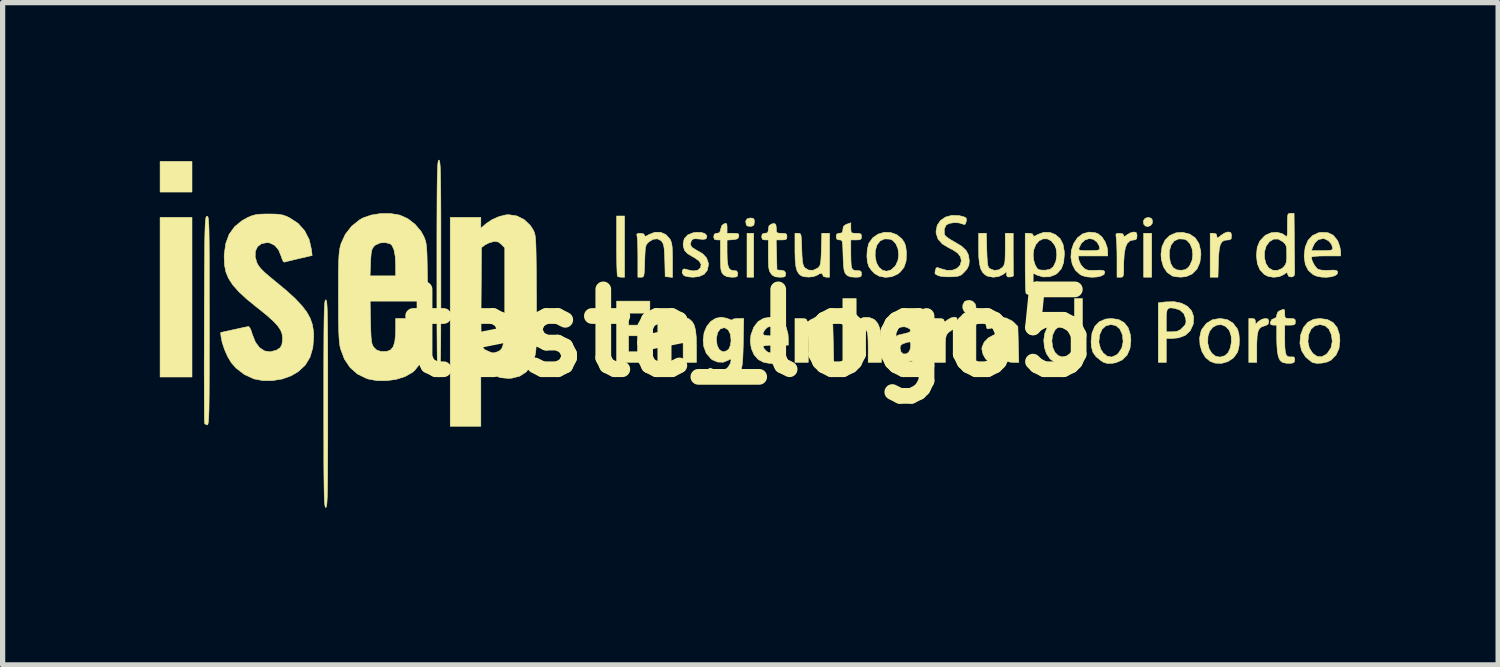
<source format=kicad_pcb>
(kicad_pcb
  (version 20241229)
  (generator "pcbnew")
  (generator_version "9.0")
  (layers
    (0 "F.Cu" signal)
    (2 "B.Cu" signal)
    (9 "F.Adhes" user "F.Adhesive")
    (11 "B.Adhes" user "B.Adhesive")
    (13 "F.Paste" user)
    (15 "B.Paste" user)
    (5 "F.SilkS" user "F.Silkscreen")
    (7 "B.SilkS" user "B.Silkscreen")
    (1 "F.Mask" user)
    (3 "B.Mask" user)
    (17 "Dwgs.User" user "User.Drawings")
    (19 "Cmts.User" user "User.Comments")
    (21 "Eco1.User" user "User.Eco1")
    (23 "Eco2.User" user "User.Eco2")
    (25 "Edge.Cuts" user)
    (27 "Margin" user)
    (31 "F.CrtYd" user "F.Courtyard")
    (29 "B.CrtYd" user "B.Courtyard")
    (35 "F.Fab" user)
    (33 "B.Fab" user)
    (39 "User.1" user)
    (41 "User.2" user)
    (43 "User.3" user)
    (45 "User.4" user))
  (footprint "teste_logo5"
    (layer "F.Cu")
    (at 11.257 3.307)
    (property "Reference" "teste_logo5" (at 0 0 0) (layer "F.SilkS") (effects (font (size 1.524 1.524) (thickness 0.3))))
    (attr through_hole)
    (fp_poly (pts (xy -10.643 -2.692) (xy -11.252 -2.692) (xy -11.252 -3.277) (xy -10.643 -3.277) (xy -10.643 -2.692)) (stroke (width 0.01) (type solid)) (fill yes) (layer "F.SilkS"))
    (fp_poly (pts (xy -10.643 0.838) (xy -11.252 0.838) (xy -11.252 -2.21) (xy -10.643 -2.21) (xy -10.643 0.838)) (stroke (width 0.01) (type solid)) (fill yes) (layer "F.SilkS"))
    (fp_poly (pts (xy 0.076 -1.067) (xy -0.051 -1.067) (xy -0.051 -1.905) (xy 0.076 -1.905) (xy 0.076 -1.067)) (stroke (width 0.01) (type solid)) (fill yes) (layer "F.SilkS"))
    (fp_poly (pts (xy 4.318 0.559) (xy 4.064 0.559) (xy 4.064 -0.279) (xy 4.318 -0.279) (xy 4.318 0.559)) (stroke (width 0.01) (type solid)) (fill yes) (layer "F.SilkS"))
    (fp_poly (pts (xy 7.671 -1.067) (xy 7.518 -1.067) (xy 7.518 -1.905) (xy 7.671 -1.905) (xy 7.671 -1.067)) (stroke (width 0.01) (type solid)) (fill yes) (layer "F.SilkS"))
    (fp_poly (pts (xy 0.067 -2.191) (xy 0.087 -2.161) (xy 0.089 -2.121) (xy 0.081 -2.065) (xy 0.048 -2.042) (xy 0.019 -2.037) (xy -0.043 -2.043) (xy -0.066 -2.067) (xy -0.076 -2.139) (xy -0.045 -2.184) (xy 0.013 -2.197) (xy 0.067 -2.191)) (stroke (width 0.01) (type solid)) (fill yes) (layer "F.SilkS"))
    (fp_poly (pts (xy 7.664 -2.19) (xy 7.684 -2.158) (xy 7.684 -2.098) (xy 7.652 -2.054) (xy 7.602 -2.033) (xy 7.552 -2.044) (xy 7.521 -2.077) (xy 7.512 -2.139) (xy 7.543 -2.188) (xy 7.603 -2.21) (xy 7.607 -2.21) (xy 7.664 -2.19)) (stroke (width 0.01) (type solid)) (fill yes) (layer "F.SilkS"))
    (fp_poly (pts (xy -2.388 -1.067) (xy -2.447 -1.067) (xy -2.5 -1.073) (xy -2.523 -1.084) (xy -2.528 -1.113) (xy -2.532 -1.186) (xy -2.536 -1.294) (xy -2.538 -1.431) (xy -2.54 -1.588) (xy -2.54 -1.668) (xy -2.54 -2.235) (xy -2.388 -2.235) (xy -2.388 -1.067)) (stroke (width 0.01) (type solid)) (fill yes) (layer "F.SilkS"))
    (fp_poly (pts (xy -1.905 -0.381) (xy -2.311 -0.381) (xy -2.311 -0.152) (xy -1.93 -0.152) (xy -1.93 0.051) (xy -2.311 0.051) (xy -2.311 0.356) (xy -1.88 0.356) (xy -1.88 0.559) (xy -2.54 0.559) (xy -2.54 -0.61) (xy -1.905 -0.61) (xy -1.905 -0.381)) (stroke (width 0.01) (type solid)) (fill yes) (layer "F.SilkS"))
    (fp_poly (pts (xy 4.256 -0.607) (xy 4.302 -0.56) (xy 4.32 -0.497) (xy 4.3 -0.434) (xy 4.254 -0.4) (xy 4.185 -0.386) (xy 4.12 -0.395) (xy 4.096 -0.41) (xy 4.067 -0.469) (xy 4.068 -0.539) (xy 4.098 -0.597) (xy 4.117 -0.611) (xy 4.19 -0.628) (xy 4.256 -0.607)) (stroke (width 0.01) (type solid)) (fill yes) (layer "F.SilkS"))
    (fp_poly (pts (xy 9.638 -0.268) (xy 9.652 -0.227) (xy 9.652 -0.224) (xy 9.652 -0.169) (xy 9.711 -0.224) (xy 9.775 -0.264) (xy 9.838 -0.279) (xy 9.889 -0.27) (xy 9.905 -0.234) (xy 9.906 -0.218) (xy 9.893 -0.17) (xy 9.847 -0.144) (xy 9.83 -0.14) (xy 9.77 -0.12) (xy 9.727 -0.085) (xy 9.7 -0.027) (xy 9.684 0.062) (xy 9.678 0.188) (xy 9.677 0.272) (xy 9.677 0.559) (xy 9.525 0.559) (xy 9.525 -0.279) (xy 9.588 -0.279) (xy 9.638 -0.268)) (stroke (width 0.01) (type solid)) (fill yes) (layer "F.SilkS"))
    (fp_poly (pts (xy 9.177 -1.922) (xy 9.193 -1.886) (xy 9.195 -1.854) (xy 9.188 -1.8) (xy 9.159 -1.78) (xy 9.123 -1.778) (xy 9.059 -1.77) (xy 9.013 -1.742) (xy 8.981 -1.688) (xy 8.961 -1.6) (xy 8.949 -1.472) (xy 8.945 -1.369) (xy 8.937 -1.067) (xy 8.788 -1.067) (xy 8.788 -1.905) (xy 8.852 -1.905) (xy 8.901 -1.893) (xy 8.915 -1.852) (xy 8.915 -1.852) (xy 8.918 -1.82) (xy 8.933 -1.818) (xy 8.972 -1.846) (xy 8.994 -1.865) (xy 9.06 -1.908) (xy 9.123 -1.93) (xy 9.133 -1.93) (xy 9.177 -1.922)) (stroke (width 0.01) (type solid)) (fill yes) (layer "F.SilkS"))
    (fp_poly (pts (xy 3.939 -0.3) (xy 3.957 -0.275) (xy 3.962 -0.217) (xy 3.962 -0.191) (xy 3.959 -0.119) (xy 3.945 -0.085) (xy 3.915 -0.076) (xy 3.91 -0.076) (xy 3.857 -0.059) (xy 3.8 -0.017) (xy 3.796 -0.014) (xy 3.768 0.018) (xy 3.749 0.054) (xy 3.739 0.105) (xy 3.735 0.183) (xy 3.734 0.299) (xy 3.734 0.559) (xy 3.48 0.559) (xy 3.48 -0.279) (xy 3.594 -0.279) (xy 3.668 -0.275) (xy 3.703 -0.259) (xy 3.708 -0.239) (xy 3.715 -0.217) (xy 3.741 -0.227) (xy 3.775 -0.252) (xy 3.84 -0.289) (xy 3.902 -0.305) (xy 3.939 -0.3)) (stroke (width 0.01) (type solid)) (fill yes) (layer "F.SilkS"))
    (fp_poly (pts (xy 1.468 -0.259) (xy 1.505 -0.231) (xy 1.587 -0.157) (xy 1.596 0.201) (xy 1.604 0.559) (xy 1.346 0.559) (xy 1.346 0.259) (xy 1.344 0.115) (xy 1.337 0.014) (xy 1.323 -0.05) (xy 1.299 -0.086) (xy 1.264 -0.1) (xy 1.243 -0.102) (xy 1.193 -0.091) (xy 1.157 -0.056) (xy 1.134 0.009) (xy 1.122 0.113) (xy 1.118 0.259) (xy 1.118 0.275) (xy 1.118 0.559) (xy 0.864 0.559) (xy 0.864 -0.279) (xy 0.978 -0.279) (xy 1.052 -0.275) (xy 1.086 -0.259) (xy 1.092 -0.239) (xy 1.099 -0.217) (xy 1.125 -0.227) (xy 1.159 -0.252) (xy 1.257 -0.299) (xy 1.364 -0.301) (xy 1.468 -0.259)) (stroke (width 0.01) (type solid)) (fill yes) (layer "F.SilkS"))
    (fp_poly (pts (xy 2.032 -0.226) (xy 2.088 -0.265) (xy 2.18 -0.301) (xy 2.282 -0.299) (xy 2.374 -0.261) (xy 2.395 -0.244) (xy 2.444 -0.184) (xy 2.479 -0.103) (xy 2.501 0.005) (xy 2.512 0.15) (xy 2.514 0.286) (xy 2.515 0.559) (xy 2.261 0.559) (xy 2.261 0.269) (xy 2.259 0.134) (xy 2.254 0.042) (xy 2.244 -0.017) (xy 2.228 -0.053) (xy 2.221 -0.062) (xy 2.172 -0.097) (xy 2.12 -0.093) (xy 2.081 -0.075) (xy 2.06 -0.06) (xy 2.046 -0.033) (xy 2.038 0.014) (xy 2.033 0.09) (xy 2.032 0.204) (xy 2.032 0.255) (xy 2.032 0.559) (xy 1.778 0.559) (xy 1.778 -0.66) (xy 2.032 -0.66) (xy 2.032 -0.226)) (stroke (width 0.01) (type solid)) (fill yes) (layer "F.SilkS"))
    (fp_poly (pts (xy -1.164 -0.275) (xy -1.146 -0.263) (xy -1.094 -0.215) (xy -1.058 -0.15) (xy -1.034 -0.058) (xy -1.02 0.067) (xy -1.016 0.234) (xy -1.016 0.253) (xy -1.016 0.559) (xy -1.27 0.559) (xy -1.27 0.259) (xy -1.272 0.115) (xy -1.279 0.014) (xy -1.293 -0.05) (xy -1.317 -0.086) (xy -1.352 -0.1) (xy -1.373 -0.102) (xy -1.423 -0.091) (xy -1.459 -0.056) (xy -1.482 0.009) (xy -1.494 0.113) (xy -1.499 0.259) (xy -1.499 0.275) (xy -1.499 0.559) (xy -1.753 0.559) (xy -1.753 -0.279) (xy -1.656 -0.279) (xy -1.586 -0.272) (xy -1.536 -0.255) (xy -1.531 -0.251) (xy -1.496 -0.238) (xy -1.444 -0.264) (xy -1.358 -0.297) (xy -1.257 -0.301) (xy -1.164 -0.275)) (stroke (width 0.01) (type solid)) (fill yes) (layer "F.SilkS"))
    (fp_poly (pts (xy 7.374 -1.921) (xy 7.39 -1.885) (xy 7.391 -1.854) (xy 7.385 -1.8) (xy 7.355 -1.78) (xy 7.329 -1.778) (xy 7.259 -1.763) (xy 7.207 -1.716) (xy 7.17 -1.633) (xy 7.148 -1.51) (xy 7.138 -1.343) (xy 7.138 -1.276) (xy 7.137 -1.174) (xy 7.133 -1.112) (xy 7.122 -1.08) (xy 7.103 -1.068) (xy 7.074 -1.067) (xy 7.01 -1.067) (xy 7.01 -1.407) (xy 7.009 -1.54) (xy 7.006 -1.662) (xy 7.001 -1.76) (xy 6.995 -1.821) (xy 6.995 -1.826) (xy 6.988 -1.88) (xy 7.006 -1.902) (xy 7.058 -1.905) (xy 7.119 -1.895) (xy 7.137 -1.865) (xy 7.144 -1.843) (xy 7.17 -1.853) (xy 7.204 -1.878) (xy 7.269 -1.915) (xy 7.331 -1.93) (xy 7.374 -1.921)) (stroke (width 0.01) (type solid)) (fill yes) (layer "F.SilkS"))
    (fp_poly (pts (xy 8.243 -0.57) (xy 8.355 -0.511) (xy 8.433 -0.425) (xy 8.472 -0.317) (xy 8.467 -0.188) (xy 8.46 -0.159) (xy 8.405 -0.042) (xy 8.313 0.042) (xy 8.186 0.09) (xy 8.063 0.102) (xy 7.95 0.102) (xy 7.95 0.559) (xy 7.798 0.559) (xy 7.798 -0.242) (xy 7.95 -0.242) (xy 7.95 -0.025) (xy 8.066 -0.025) (xy 8.151 -0.033) (xy 8.214 -0.062) (xy 8.26 -0.103) (xy 8.31 -0.16) (xy 8.327 -0.211) (xy 8.322 -0.274) (xy 8.285 -0.374) (xy 8.208 -0.441) (xy 8.114 -0.472) (xy 8.04 -0.482) (xy 7.993 -0.474) (xy 7.966 -0.44) (xy 7.953 -0.372) (xy 7.95 -0.263) (xy 7.95 -0.242) (xy 7.798 -0.242) (xy 7.798 -0.578) (xy 7.931 -0.595) (xy 8.1 -0.6) (xy 8.243 -0.57)) (stroke (width 0.01) (type solid)) (fill yes) (layer "F.SilkS"))
    (fp_poly (pts (xy 0.95 -1.903) (xy 0.968 -1.893) (xy 0.979 -1.865) (xy 0.986 -1.81) (xy 0.99 -1.722) (xy 0.994 -1.603) (xy 0.999 -1.469) (xy 1.007 -1.375) (xy 1.018 -1.313) (xy 1.034 -1.272) (xy 1.052 -1.247) (xy 1.123 -1.203) (xy 1.209 -1.199) (xy 1.293 -1.238) (xy 1.299 -1.242) (xy 1.324 -1.266) (xy 1.342 -1.296) (xy 1.353 -1.341) (xy 1.36 -1.411) (xy 1.365 -1.517) (xy 1.367 -1.598) (xy 1.376 -1.905) (xy 1.524 -1.905) (xy 1.524 -1.067) (xy 1.46 -1.067) (xy 1.409 -1.08) (xy 1.397 -1.105) (xy 1.38 -1.138) (xy 1.336 -1.135) (xy 1.284 -1.104) (xy 1.22 -1.079) (xy 1.132 -1.069) (xy 1.043 -1.075) (xy 0.984 -1.094) (xy 0.937 -1.133) (xy 0.903 -1.19) (xy 0.881 -1.273) (xy 0.868 -1.39) (xy 0.864 -1.548) (xy 0.864 -1.586) (xy 0.864 -1.905) (xy 0.924 -1.905) (xy 0.95 -1.903)) (stroke (width 0.01) (type solid)) (fill yes) (layer "F.SilkS"))
    (fp_poly (pts (xy 4.525 -1.585) (xy 4.53 -1.45) (xy 4.536 -1.357) (xy 4.544 -1.296) (xy 4.557 -1.259) (xy 4.576 -1.236) (xy 4.583 -1.23) (xy 4.668 -1.197) (xy 4.756 -1.208) (xy 4.822 -1.253) (xy 4.845 -1.282) (xy 4.861 -1.318) (xy 4.871 -1.37) (xy 4.875 -1.449) (xy 4.877 -1.565) (xy 4.877 -1.608) (xy 4.877 -1.905) (xy 5.029 -1.905) (xy 5.029 -1.511) (xy 5.03 -1.375) (xy 5.031 -1.256) (xy 5.032 -1.165) (xy 5.034 -1.11) (xy 5.036 -1.099) (xy 5.019 -1.082) (xy 4.972 -1.071) (xy 4.921 -1.073) (xy 4.903 -1.1) (xy 4.902 -1.118) (xy 4.902 -1.172) (xy 4.835 -1.119) (xy 4.749 -1.079) (xy 4.645 -1.067) (xy 4.545 -1.085) (xy 4.499 -1.108) (xy 4.446 -1.158) (xy 4.409 -1.226) (xy 4.385 -1.322) (xy 4.372 -1.452) (xy 4.369 -1.612) (xy 4.369 -1.905) (xy 4.517 -1.905) (xy 4.525 -1.585)) (stroke (width 0.01) (type solid)) (fill yes) (layer "F.SilkS"))
    (fp_poly (pts (xy 7.04 -0.259) (xy 7.148 -0.199) (xy 7.224 -0.101) (xy 7.266 0.034) (xy 7.275 0.14) (xy 7.257 0.295) (xy 7.202 0.42) (xy 7.111 0.511) (xy 6.988 0.565) (xy 6.917 0.577) (xy 6.827 0.579) (xy 6.757 0.559) (xy 6.708 0.529) (xy 6.609 0.449) (xy 6.549 0.364) (xy 6.521 0.259) (xy 6.516 0.174) (xy 6.663 0.174) (xy 6.696 0.301) (xy 6.747 0.38) (xy 6.825 0.443) (xy 6.91 0.456) (xy 6.996 0.419) (xy 7.034 0.387) (xy 7.1 0.287) (xy 7.127 0.164) (xy 7.113 0.031) (xy 7.113 0.03) (xy 7.065 -0.077) (xy 6.991 -0.142) (xy 6.896 -0.163) (xy 6.798 -0.14) (xy 6.725 -0.074) (xy 6.678 0.033) (xy 6.663 0.174) (xy 6.516 0.174) (xy 6.515 0.157) (xy 6.533 -0.003) (xy 6.586 -0.129) (xy 6.673 -0.218) (xy 6.792 -0.268) (xy 6.9 -0.279) (xy 7.04 -0.259)) (stroke (width 0.01) (type solid)) (fill yes) (layer "F.SilkS"))
    (fp_poly (pts (xy 11.025 -0.259) (xy 11.135 -0.2) (xy 11.212 -0.103) (xy 11.255 0.031) (xy 11.264 0.14) (xy 11.246 0.295) (xy 11.189 0.42) (xy 11.095 0.515) (xy 11.021 0.551) (xy 10.923 0.572) (xy 10.825 0.577) (xy 10.745 0.563) (xy 10.732 0.556) (xy 10.612 0.46) (xy 10.533 0.337) (xy 10.5 0.195) (xy 10.503 0.163) (xy 10.653 0.163) (xy 10.68 0.286) (xy 10.746 0.386) (xy 10.746 0.387) (xy 10.83 0.445) (xy 10.914 0.452) (xy 10.998 0.408) (xy 11.024 0.385) (xy 11.093 0.282) (xy 11.118 0.157) (xy 11.102 0.033) (xy 11.054 -0.076) (xy 10.98 -0.141) (xy 10.884 -0.163) (xy 10.786 -0.14) (xy 10.713 -0.074) (xy 10.667 0.03) (xy 10.653 0.163) (xy 10.503 0.163) (xy 10.513 0.038) (xy 10.515 0.032) (xy 10.568 -0.108) (xy 10.651 -0.207) (xy 10.762 -0.264) (xy 10.883 -0.279) (xy 11.025 -0.259)) (stroke (width 0.01) (type solid)) (fill yes) (layer "F.SilkS"))
    (fp_poly (pts (xy 8.399 -1.889) (xy 8.503 -1.817) (xy 8.573 -1.709) (xy 8.607 -1.567) (xy 8.611 -1.499) (xy 8.591 -1.346) (xy 8.536 -1.222) (xy 8.448 -1.132) (xy 8.334 -1.08) (xy 8.232 -1.068) (xy 8.149 -1.074) (xy 8.081 -1.086) (xy 8.065 -1.091) (xy 7.967 -1.158) (xy 7.897 -1.263) (xy 7.857 -1.399) (xy 7.852 -1.467) (xy 8.008 -1.467) (xy 8.03 -1.338) (xy 8.078 -1.251) (xy 8.153 -1.206) (xy 8.241 -1.199) (xy 8.317 -1.213) (xy 8.37 -1.253) (xy 8.4 -1.293) (xy 8.443 -1.391) (xy 8.457 -1.5) (xy 8.443 -1.608) (xy 8.405 -1.702) (xy 8.345 -1.769) (xy 8.294 -1.793) (xy 8.188 -1.798) (xy 8.103 -1.76) (xy 8.043 -1.683) (xy 8.01 -1.572) (xy 8.008 -1.467) (xy 7.852 -1.467) (xy 7.849 -1.507) (xy 7.87 -1.654) (xy 7.928 -1.775) (xy 8.018 -1.863) (xy 8.135 -1.914) (xy 8.263 -1.923) (xy 8.399 -1.889)) (stroke (width 0.01) (type solid)) (fill yes) (layer "F.SilkS"))
    (fp_poly (pts (xy 9.115 -0.257) (xy 9.223 -0.191) (xy 9.307 -0.081) (xy 9.31 -0.074) (xy 9.336 0.013) (xy 9.346 0.127) (xy 9.339 0.246) (xy 9.315 0.349) (xy 9.306 0.371) (xy 9.232 0.473) (xy 9.127 0.543) (xy 9.006 0.578) (xy 8.88 0.573) (xy 8.788 0.539) (xy 8.698 0.464) (xy 8.632 0.355) (xy 8.594 0.227) (xy 8.592 0.188) (xy 8.741 0.188) (xy 8.768 0.299) (xy 8.819 0.385) (xy 8.89 0.44) (xy 8.975 0.458) (xy 9.069 0.431) (xy 9.069 0.431) (xy 9.131 0.372) (xy 9.173 0.28) (xy 9.193 0.171) (xy 9.189 0.059) (xy 9.158 -0.04) (xy 9.152 -0.053) (xy 9.084 -0.127) (xy 9.003 -0.16) (xy 8.918 -0.154) (xy 8.839 -0.112) (xy 8.778 -0.037) (xy 8.746 0.059) (xy 8.741 0.188) (xy 8.592 0.188) (xy 8.586 0.093) (xy 8.613 -0.035) (xy 8.632 -0.077) (xy 8.716 -0.186) (xy 8.828 -0.254) (xy 8.968 -0.279) (xy 8.981 -0.279) (xy 9.115 -0.257)) (stroke (width 0.01) (type solid)) (fill yes) (layer "F.SilkS"))
    (fp_poly (pts (xy -0.925 -1.922) (xy -0.854 -1.899) (xy -0.818 -1.86) (xy -0.82 -1.821) (xy -0.84 -1.797) (xy -0.883 -1.789) (xy -0.961 -1.795) (xy -1.039 -1.801) (xy -1.083 -1.794) (xy -1.109 -1.768) (xy -1.115 -1.758) (xy -1.132 -1.693) (xy -1.105 -1.64) (xy -1.03 -1.591) (xy -1.02 -1.586) (xy -0.898 -1.515) (xy -0.823 -1.435) (xy -0.79 -1.341) (xy -0.787 -1.306) (xy -0.808 -1.2) (xy -0.869 -1.123) (xy -0.968 -1.079) (xy -1.077 -1.067) (xy -1.162 -1.073) (xy -1.232 -1.089) (xy -1.256 -1.1) (xy -1.289 -1.149) (xy -1.285 -1.186) (xy -1.27 -1.219) (xy -1.241 -1.225) (xy -1.184 -1.209) (xy -1.179 -1.207) (xy -1.075 -1.187) (xy -0.992 -1.2) (xy -0.939 -1.246) (xy -0.938 -1.248) (xy -0.927 -1.312) (xy -0.965 -1.375) (xy -1.052 -1.439) (xy -1.092 -1.46) (xy -1.188 -1.518) (xy -1.244 -1.58) (xy -1.267 -1.657) (xy -1.27 -1.708) (xy -1.248 -1.803) (xy -1.183 -1.873) (xy -1.08 -1.915) (xy -1.023 -1.923) (xy -0.925 -1.922)) (stroke (width 0.01) (type solid)) (fill yes) (layer "F.SilkS"))
    (fp_poly (pts (xy 0.498 -2.073) (xy 0.508 -2.012) (xy 0.508 -1.992) (xy 0.511 -1.936) (xy 0.53 -1.912) (xy 0.58 -1.905) (xy 0.61 -1.905) (xy 0.675 -1.902) (xy 0.704 -1.885) (xy 0.711 -1.847) (xy 0.711 -1.841) (xy 0.706 -1.801) (xy 0.68 -1.782) (xy 0.619 -1.778) (xy 0.609 -1.778) (xy 0.506 -1.778) (xy 0.521 -1.206) (xy 0.603 -1.199) (xy 0.661 -1.186) (xy 0.684 -1.156) (xy 0.686 -1.129) (xy 0.681 -1.09) (xy 0.656 -1.072) (xy 0.599 -1.067) (xy 0.573 -1.067) (xy 0.493 -1.074) (xy 0.44 -1.1) (xy 0.408 -1.134) (xy 0.385 -1.169) (xy 0.37 -1.212) (xy 0.361 -1.272) (xy 0.357 -1.362) (xy 0.356 -1.489) (xy 0.356 -1.778) (xy 0.292 -1.778) (xy 0.244 -1.788) (xy 0.229 -1.83) (xy 0.229 -1.841) (xy 0.239 -1.89) (xy 0.28 -1.905) (xy 0.292 -1.905) (xy 0.337 -1.913) (xy 0.354 -1.948) (xy 0.356 -1.982) (xy 0.368 -2.047) (xy 0.413 -2.081) (xy 0.413 -2.081) (xy 0.469 -2.094) (xy 0.498 -2.073)) (stroke (width 0.01) (type solid)) (fill yes) (layer "F.SilkS"))
    (fp_poly (pts (xy 2.691 -1.92) (xy 2.806 -1.879) (xy 2.904 -1.798) (xy 2.914 -1.785) (xy 2.956 -1.72) (xy 2.979 -1.648) (xy 2.99 -1.55) (xy 2.992 -1.527) (xy 2.985 -1.375) (xy 2.945 -1.256) (xy 2.868 -1.161) (xy 2.819 -1.124) (xy 2.711 -1.076) (xy 2.59 -1.064) (xy 2.473 -1.086) (xy 2.389 -1.133) (xy 2.326 -1.196) (xy 2.277 -1.263) (xy 2.272 -1.272) (xy 2.246 -1.359) (xy 2.237 -1.468) (xy 2.394 -1.468) (xy 2.418 -1.345) (xy 2.468 -1.255) (xy 2.536 -1.199) (xy 2.614 -1.181) (xy 2.696 -1.205) (xy 2.773 -1.274) (xy 2.788 -1.295) (xy 2.83 -1.391) (xy 2.844 -1.5) (xy 2.83 -1.608) (xy 2.791 -1.702) (xy 2.731 -1.769) (xy 2.68 -1.793) (xy 2.575 -1.798) (xy 2.49 -1.76) (xy 2.429 -1.683) (xy 2.397 -1.572) (xy 2.394 -1.468) (xy 2.237 -1.468) (xy 2.237 -1.473) (xy 2.244 -1.592) (xy 2.267 -1.695) (xy 2.276 -1.718) (xy 2.351 -1.821) (xy 2.452 -1.89) (xy 2.57 -1.924) (xy 2.691 -1.92)) (stroke (width 0.01) (type solid)) (fill yes) (layer "F.SilkS"))
    (fp_poly (pts (xy -1.698 -1.924) (xy -1.599 -1.88) (xy -1.524 -1.798) (xy -1.503 -1.756) (xy -1.488 -1.707) (xy -1.479 -1.64) (xy -1.475 -1.546) (xy -1.473 -1.412) (xy -1.473 -1.389) (xy -1.473 -1.063) (xy -1.613 -1.079) (xy -1.619 -1.346) (xy -1.624 -1.491) (xy -1.63 -1.595) (xy -1.64 -1.666) (xy -1.656 -1.715) (xy -1.678 -1.75) (xy -1.691 -1.764) (xy -1.759 -1.799) (xy -1.841 -1.791) (xy -1.923 -1.742) (xy -1.953 -1.714) (xy -1.973 -1.685) (xy -1.986 -1.645) (xy -1.994 -1.583) (xy -1.999 -1.489) (xy -2.003 -1.374) (xy -2.007 -1.245) (xy -2.012 -1.158) (xy -2.019 -1.106) (xy -2.03 -1.078) (xy -2.048 -1.068) (xy -2.073 -1.067) (xy -2.134 -1.067) (xy -2.134 -1.429) (xy -2.135 -1.564) (xy -2.138 -1.685) (xy -2.142 -1.78) (xy -2.148 -1.839) (xy -2.15 -1.848) (xy -2.154 -1.888) (xy -2.129 -1.903) (xy -2.086 -1.905) (xy -2.024 -1.894) (xy -2.007 -1.867) (xy -1.999 -1.847) (xy -1.969 -1.854) (xy -1.924 -1.88) (xy -1.81 -1.925) (xy -1.698 -1.924)) (stroke (width 0.01) (type solid)) (fill yes) (layer "F.SilkS"))
    (fp_poly (pts (xy 10.205 -0.446) (xy 10.211 -0.403) (xy 10.211 -0.368) (xy 10.214 -0.311) (xy 10.233 -0.286) (xy 10.282 -0.28) (xy 10.312 -0.279) (xy 10.378 -0.276) (xy 10.407 -0.26) (xy 10.414 -0.221) (xy 10.414 -0.216) (xy 10.408 -0.175) (xy 10.382 -0.157) (xy 10.321 -0.152) (xy 10.312 -0.152) (xy 10.211 -0.152) (xy 10.211 0.124) (xy 10.213 0.264) (xy 10.222 0.36) (xy 10.24 0.419) (xy 10.271 0.448) (xy 10.316 0.455) (xy 10.343 0.453) (xy 10.387 0.456) (xy 10.401 0.492) (xy 10.401 0.508) (xy 10.394 0.552) (xy 10.362 0.571) (xy 10.312 0.577) (xy 10.235 0.574) (xy 10.171 0.56) (xy 10.17 0.56) (xy 10.123 0.523) (xy 10.09 0.455) (xy 10.069 0.35) (xy 10.06 0.202) (xy 10.058 0.111) (xy 10.058 -0.152) (xy 9.993 -0.152) (xy 9.946 -0.161) (xy 9.934 -0.194) (xy 9.936 -0.21) (xy 9.965 -0.261) (xy 10.001 -0.275) (xy 10.047 -0.297) (xy 10.058 -0.345) (xy 10.078 -0.403) (xy 10.124 -0.432) (xy 10.18 -0.452) (xy 10.205 -0.446)) (stroke (width 0.01) (type solid)) (fill yes) (layer "F.SilkS"))
    (fp_poly (pts (xy -0.436 -2.078) (xy -0.432 -2.025) (xy -0.432 -2.006) (xy -0.432 -1.905) (xy -0.316 -1.905) (xy -0.245 -1.903) (xy -0.213 -1.891) (xy -0.206 -1.864) (xy -0.208 -1.848) (xy -0.222 -1.81) (xy -0.26 -1.791) (xy -0.324 -1.783) (xy -0.432 -1.775) (xy -0.432 -1.55) (xy -0.429 -1.405) (xy -0.417 -1.304) (xy -0.396 -1.239) (xy -0.362 -1.205) (xy -0.312 -1.194) (xy -0.305 -1.194) (xy -0.251 -1.187) (xy -0.231 -1.159) (xy -0.229 -1.13) (xy -0.233 -1.091) (xy -0.257 -1.072) (xy -0.313 -1.067) (xy -0.342 -1.067) (xy -0.432 -1.076) (xy -0.493 -1.109) (xy -0.507 -1.122) (xy -0.529 -1.152) (xy -0.544 -1.189) (xy -0.553 -1.244) (xy -0.557 -1.328) (xy -0.559 -1.45) (xy -0.559 -1.478) (xy -0.559 -1.778) (xy -0.622 -1.778) (xy -0.671 -1.788) (xy -0.686 -1.83) (xy -0.686 -1.841) (xy -0.675 -1.89) (xy -0.634 -1.905) (xy -0.624 -1.905) (xy -0.579 -1.915) (xy -0.559 -1.953) (xy -0.554 -1.985) (xy -0.531 -2.055) (xy -0.489 -2.086) (xy -0.452 -2.095) (xy -0.436 -2.078)) (stroke (width 0.01) (type solid)) (fill yes) (layer "F.SilkS"))
    (fp_poly (pts (xy 6.35 0.559) (xy 6.287 0.559) (xy 6.237 0.548) (xy 6.223 0.507) (xy 6.223 0.504) (xy 6.223 0.448) (xy 6.161 0.507) (xy 6.086 0.55) (xy 5.986 0.574) (xy 5.886 0.576) (xy 5.829 0.561) (xy 5.733 0.493) (xy 5.664 0.393) (xy 5.624 0.271) (xy 5.613 0.145) (xy 5.766 0.145) (xy 5.782 0.27) (xy 5.824 0.366) (xy 5.887 0.429) (xy 5.964 0.454) (xy 6.048 0.437) (xy 6.123 0.383) (xy 6.164 0.337) (xy 6.186 0.291) (xy 6.196 0.227) (xy 6.198 0.14) (xy 6.195 0.044) (xy 6.184 -0.018) (xy 6.16 -0.062) (xy 6.134 -0.092) (xy 6.053 -0.144) (xy 5.97 -0.151) (xy 5.891 -0.12) (xy 5.825 -0.056) (xy 5.781 0.037) (xy 5.766 0.145) (xy 5.613 0.145) (xy 5.612 0.138) (xy 5.631 0.007) (xy 5.681 -0.113) (xy 5.755 -0.201) (xy 5.826 -0.254) (xy 5.898 -0.276) (xy 5.964 -0.279) (xy 6.053 -0.271) (xy 6.125 -0.249) (xy 6.141 -0.24) (xy 6.198 -0.2) (xy 6.198 -0.66) (xy 6.35 -0.66) (xy 6.35 0.559)) (stroke (width 0.01) (type solid)) (fill yes) (layer "F.SilkS"))
    (fp_poly (pts (xy 1.93 -2.005) (xy 1.933 -1.941) (xy 1.95 -1.913) (xy 1.997 -1.905) (xy 2.032 -1.905) (xy 2.097 -1.902) (xy 2.127 -1.885) (xy 2.134 -1.847) (xy 2.134 -1.841) (xy 2.128 -1.801) (xy 2.102 -1.782) (xy 2.041 -1.778) (xy 2.032 -1.778) (xy 1.93 -1.778) (xy 1.93 -1.526) (xy 1.932 -1.391) (xy 1.937 -1.298) (xy 1.949 -1.24) (xy 1.971 -1.209) (xy 2.005 -1.196) (xy 2.047 -1.194) (xy 2.106 -1.189) (xy 2.13 -1.166) (xy 2.134 -1.13) (xy 2.129 -1.092) (xy 2.108 -1.073) (xy 2.055 -1.067) (xy 2.011 -1.067) (xy 1.92 -1.074) (xy 1.861 -1.1) (xy 1.839 -1.12) (xy 1.818 -1.151) (xy 1.803 -1.195) (xy 1.793 -1.262) (xy 1.786 -1.362) (xy 1.782 -1.476) (xy 1.778 -1.604) (xy 1.774 -1.689) (xy 1.767 -1.741) (xy 1.755 -1.767) (xy 1.737 -1.777) (xy 1.712 -1.778) (xy 1.666 -1.789) (xy 1.651 -1.832) (xy 1.651 -1.841) (xy 1.661 -1.89) (xy 1.703 -1.905) (xy 1.714 -1.905) (xy 1.76 -1.914) (xy 1.777 -1.95) (xy 1.778 -1.979) (xy 1.789 -2.036) (xy 1.831 -2.07) (xy 1.854 -2.079) (xy 1.93 -2.106) (xy 1.93 -2.005)) (stroke (width 0.01) (type solid)) (fill yes) (layer "F.SilkS"))
    (fp_poly (pts (xy -8.083 -0.63) (xy -8.077 -0.615) (xy -8.071 -0.585) (xy -8.067 -0.537) (xy -8.063 -0.468) (xy -8.06 -0.376) (xy -8.058 -0.256) (xy -8.056 -0.105) (xy -8.054 0.078) (xy -8.053 0.299) (xy -8.052 0.56) (xy -8.052 0.864) (xy -8.052 1.215) (xy -8.052 1.346) (xy -8.052 1.714) (xy -8.052 2.033) (xy -8.053 2.309) (xy -8.054 2.543) (xy -8.055 2.739) (xy -8.057 2.9) (xy -8.059 3.03) (xy -8.062 3.132) (xy -8.066 3.208) (xy -8.07 3.263) (xy -8.075 3.299) (xy -8.081 3.319) (xy -8.087 3.327) (xy -8.09 3.327) (xy -8.097 3.323) (xy -8.103 3.307) (xy -8.108 3.277) (xy -8.113 3.229) (xy -8.117 3.161) (xy -8.12 3.068) (xy -8.122 2.948) (xy -8.124 2.798) (xy -8.126 2.614) (xy -8.127 2.393) (xy -8.127 2.132) (xy -8.128 1.828) (xy -8.128 1.477) (xy -8.128 1.346) (xy -8.128 0.979) (xy -8.128 0.659) (xy -8.127 0.384) (xy -8.126 0.15) (xy -8.125 -0.047) (xy -8.123 -0.208) (xy -8.121 -0.338) (xy -8.118 -0.439) (xy -8.114 -0.516) (xy -8.11 -0.57) (xy -8.105 -0.606) (xy -8.099 -0.627) (xy -8.092 -0.635) (xy -8.09 -0.635) (xy -8.083 -0.63)) (stroke (width 0.01) (type solid)) (fill yes) (layer "F.SilkS"))
    (fp_poly (pts (xy -5.924 -3.297) (xy -5.918 -3.282) (xy -5.913 -3.252) (xy -5.908 -3.205) (xy -5.904 -3.137) (xy -5.901 -3.046) (xy -5.899 -2.928) (xy -5.897 -2.779) (xy -5.895 -2.598) (xy -5.894 -2.381) (xy -5.893 -2.124) (xy -5.893 -1.825) (xy -5.893 -1.48) (xy -5.893 -1.232) (xy -5.893 -0.856) (xy -5.893 -0.528) (xy -5.894 -0.244) (xy -5.895 -0.001) (xy -5.896 0.203) (xy -5.898 0.372) (xy -5.9 0.509) (xy -5.902 0.617) (xy -5.906 0.7) (xy -5.91 0.76) (xy -5.914 0.801) (xy -5.92 0.825) (xy -5.926 0.836) (xy -5.931 0.838) (xy -5.938 0.834) (xy -5.944 0.818) (xy -5.949 0.788) (xy -5.954 0.741) (xy -5.957 0.673) (xy -5.96 0.582) (xy -5.963 0.464) (xy -5.965 0.316) (xy -5.966 0.134) (xy -5.968 -0.083) (xy -5.968 -0.34) (xy -5.969 -0.639) (xy -5.969 -0.984) (xy -5.969 -1.232) (xy -5.969 -1.608) (xy -5.969 -1.936) (xy -5.968 -2.22) (xy -5.967 -2.462) (xy -5.966 -2.667) (xy -5.964 -2.836) (xy -5.962 -2.973) (xy -5.959 -3.081) (xy -5.956 -3.164) (xy -5.952 -3.224) (xy -5.947 -3.264) (xy -5.942 -3.289) (xy -5.935 -3.3) (xy -5.931 -3.302) (xy -5.924 -3.297)) (stroke (width 0.01) (type solid)) (fill yes) (layer "F.SilkS"))
    (fp_poly (pts (xy 0.524 -0.282) (xy 0.624 -0.219) (xy 0.694 -0.118) (xy 0.731 0.016) (xy 0.737 0.101) (xy 0.737 0.229) (xy 0.495 0.229) (xy 0.381 0.231) (xy 0.3 0.238) (xy 0.258 0.249) (xy 0.254 0.254) (xy 0.27 0.289) (xy 0.308 0.333) (xy 0.345 0.363) (xy 0.389 0.377) (xy 0.456 0.379) (xy 0.524 0.374) (xy 0.612 0.369) (xy 0.661 0.372) (xy 0.682 0.385) (xy 0.686 0.407) (xy 0.694 0.47) (xy 0.701 0.491) (xy 0.691 0.525) (xy 0.642 0.552) (xy 0.565 0.571) (xy 0.47 0.579) (xy 0.369 0.576) (xy 0.273 0.559) (xy 0.262 0.556) (xy 0.161 0.502) (xy 0.082 0.411) (xy 0.031 0.292) (xy 0.011 0.157) (xy 0.024 0.033) (xy 0.03 0.018) (xy 0.254 0.018) (xy 0.277 0.04) (xy 0.346 0.05) (xy 0.381 0.051) (xy 0.457 0.048) (xy 0.496 0.036) (xy 0.508 0.011) (xy 0.508 0.002) (xy 0.486 -0.063) (xy 0.433 -0.112) (xy 0.381 -0.127) (xy 0.331 -0.106) (xy 0.284 -0.057) (xy 0.256 0.001) (xy 0.254 0.018) (xy 0.03 0.018) (xy 0.077 -0.112) (xy 0.158 -0.219) (xy 0.267 -0.283) (xy 0.399 -0.305) (xy 0.524 -0.282)) (stroke (width 0.01) (type solid)) (fill yes) (layer "F.SilkS"))
    (fp_poly (pts (xy 4.898 -0.287) (xy 5.009 -0.231) (xy 5.039 -0.206) (xy 5.118 -0.126) (xy 5.136 0.559) (xy 5.033 0.559) (xy 4.965 0.553) (xy 4.921 0.54) (xy 4.916 0.535) (xy 4.885 0.528) (xy 4.832 0.548) (xy 4.717 0.581) (xy 4.603 0.565) (xy 4.572 0.552) (xy 4.503 0.493) (xy 4.453 0.406) (xy 4.431 0.31) (xy 4.433 0.277) (xy 4.68 0.277) (xy 4.683 0.341) (xy 4.699 0.369) (xy 4.749 0.403) (xy 4.809 0.391) (xy 4.836 0.374) (xy 4.869 0.326) (xy 4.872 0.251) (xy 4.864 0.192) (xy 4.844 0.172) (xy 4.796 0.179) (xy 4.782 0.183) (xy 4.715 0.22) (xy 4.68 0.277) (xy 4.433 0.277) (xy 4.434 0.267) (xy 4.476 0.171) (xy 4.557 0.089) (xy 4.664 0.032) (xy 4.748 0.011) (xy 4.834 -0.009) (xy 4.874 -0.037) (xy 4.867 -0.071) (xy 4.813 -0.106) (xy 4.751 -0.122) (xy 4.674 -0.112) (xy 4.646 -0.104) (xy 4.58 -0.087) (xy 4.538 -0.081) (xy 4.532 -0.083) (xy 4.52 -0.112) (xy 4.506 -0.169) (xy 4.506 -0.169) (xy 4.5 -0.217) (xy 4.515 -0.244) (xy 4.56 -0.265) (xy 4.608 -0.279) (xy 4.761 -0.303) (xy 4.898 -0.287)) (stroke (width 0.01) (type solid)) (fill yes) (layer "F.SilkS"))
    (fp_poly (pts (xy 6.596 -1.916) (xy 6.653 -1.893) (xy 6.726 -1.831) (xy 6.787 -1.736) (xy 6.824 -1.626) (xy 6.832 -1.556) (xy 6.833 -1.473) (xy 6.267 -1.473) (xy 6.283 -1.391) (xy 6.314 -1.315) (xy 6.366 -1.249) (xy 6.367 -1.249) (xy 6.411 -1.216) (xy 6.459 -1.2) (xy 6.529 -1.196) (xy 6.601 -1.198) (xy 6.693 -1.201) (xy 6.745 -1.196) (xy 6.77 -1.181) (xy 6.777 -1.162) (xy 6.763 -1.121) (xy 6.71 -1.091) (xy 6.631 -1.072) (xy 6.537 -1.066) (xy 6.44 -1.073) (xy 6.352 -1.095) (xy 6.307 -1.117) (xy 6.215 -1.2) (xy 6.156 -1.313) (xy 6.13 -1.442) (xy 6.138 -1.578) (xy 6.147 -1.604) (xy 6.281 -1.604) (xy 6.29 -1.587) (xy 6.323 -1.578) (xy 6.389 -1.575) (xy 6.475 -1.575) (xy 6.577 -1.576) (xy 6.639 -1.581) (xy 6.67 -1.592) (xy 6.68 -1.612) (xy 6.68 -1.622) (xy 6.665 -1.675) (xy 6.629 -1.735) (xy 6.628 -1.736) (xy 6.558 -1.791) (xy 6.478 -1.803) (xy 6.398 -1.777) (xy 6.33 -1.716) (xy 6.288 -1.632) (xy 6.281 -1.604) (xy 6.147 -1.604) (xy 6.182 -1.709) (xy 6.257 -1.821) (xy 6.357 -1.896) (xy 6.475 -1.928) (xy 6.596 -1.916)) (stroke (width 0.01) (type solid)) (fill yes) (layer "F.SilkS"))
    (fp_poly (pts (xy -10.349 -2.23) (xy -10.342 -2.223) (xy -10.336 -2.206) (xy -10.33 -2.176) (xy -10.326 -2.129) (xy -10.322 -2.063) (xy -10.319 -1.973) (xy -10.317 -1.858) (xy -10.315 -1.713) (xy -10.314 -1.535) (xy -10.313 -1.321) (xy -10.313 -1.068) (xy -10.313 -0.772) (xy -10.312 -0.43) (xy -10.312 -0.243) (xy -10.312 0.125) (xy -10.313 0.446) (xy -10.313 0.722) (xy -10.314 0.957) (xy -10.315 1.154) (xy -10.317 1.316) (xy -10.319 1.447) (xy -10.322 1.55) (xy -10.326 1.627) (xy -10.33 1.683) (xy -10.335 1.72) (xy -10.341 1.742) (xy -10.347 1.751) (xy -10.351 1.753) (xy -10.393 1.735) (xy -10.402 1.721) (xy -10.404 1.691) (xy -10.406 1.614) (xy -10.407 1.495) (xy -10.408 1.336) (xy -10.409 1.143) (xy -10.409 0.918) (xy -10.41 0.667) (xy -10.409 0.392) (xy -10.409 0.098) (xy -10.408 -0.211) (xy -10.408 -0.266) (xy -10.407 -0.628) (xy -10.405 -0.943) (xy -10.404 -1.213) (xy -10.402 -1.443) (xy -10.401 -1.635) (xy -10.399 -1.793) (xy -10.396 -1.92) (xy -10.393 -2.02) (xy -10.389 -2.096) (xy -10.385 -2.151) (xy -10.38 -2.188) (xy -10.374 -2.212) (xy -10.367 -2.225) (xy -10.359 -2.23) (xy -10.357 -2.23) (xy -10.349 -2.23)) (stroke (width 0.01) (type solid)) (fill yes) (layer "F.SilkS"))
    (fp_poly (pts (xy 11.033 -1.917) (xy 11.136 -1.868) (xy 11.213 -1.775) (xy 11.228 -1.745) (xy 11.259 -1.659) (xy 11.276 -1.576) (xy 11.277 -1.556) (xy 11.278 -1.473) (xy 10.998 -1.473) (xy 10.867 -1.471) (xy 10.774 -1.464) (xy 10.725 -1.454) (xy 10.719 -1.447) (xy 10.734 -1.381) (xy 10.771 -1.306) (xy 10.818 -1.242) (xy 10.847 -1.218) (xy 10.91 -1.202) (xy 11.004 -1.197) (xy 11.055 -1.199) (xy 11.146 -1.203) (xy 11.197 -1.195) (xy 11.22 -1.175) (xy 11.221 -1.173) (xy 11.215 -1.13) (xy 11.171 -1.097) (xy 11.098 -1.075) (xy 11.008 -1.065) (xy 10.912 -1.069) (xy 10.821 -1.087) (xy 10.752 -1.117) (xy 10.659 -1.199) (xy 10.603 -1.311) (xy 10.582 -1.458) (xy 10.582 -1.486) (xy 10.593 -1.575) (xy 10.72 -1.575) (xy 10.923 -1.575) (xy 11.024 -1.576) (xy 11.085 -1.581) (xy 11.115 -1.593) (xy 11.125 -1.613) (xy 11.125 -1.622) (xy 11.103 -1.698) (xy 11.045 -1.763) (xy 10.969 -1.8) (xy 10.937 -1.803) (xy 10.85 -1.784) (xy 10.785 -1.721) (xy 10.747 -1.645) (xy 10.72 -1.575) (xy 10.593 -1.575) (xy 10.602 -1.643) (xy 10.655 -1.77) (xy 10.741 -1.862) (xy 10.854 -1.915) (xy 10.904 -1.923) (xy 11.033 -1.917)) (stroke (width 0.01) (type solid)) (fill yes) (layer "F.SilkS"))
    (fp_poly (pts (xy 3.058 -0.294) (xy 3.145 -0.272) (xy 3.205 -0.238) (xy 3.255 -0.181) (xy 3.291 -0.11) (xy 3.313 -0.014) (xy 3.324 0.114) (xy 3.327 0.266) (xy 3.327 0.559) (xy 3.213 0.559) (xy 3.145 0.554) (xy 3.104 0.542) (xy 3.099 0.535) (xy 3.08 0.528) (xy 3.033 0.545) (xy 3.029 0.547) (xy 2.923 0.579) (xy 2.814 0.573) (xy 2.794 0.566) (xy 2.704 0.509) (xy 2.646 0.421) (xy 2.626 0.317) (xy 2.631 0.289) (xy 2.87 0.289) (xy 2.888 0.36) (xy 2.932 0.398) (xy 2.99 0.396) (xy 3.033 0.366) (xy 3.061 0.314) (xy 3.073 0.243) (xy 3.073 0.241) (xy 3.07 0.184) (xy 3.052 0.167) (xy 3.004 0.176) (xy 2.998 0.178) (xy 2.922 0.204) (xy 2.883 0.232) (xy 2.871 0.272) (xy 2.87 0.289) (xy 2.631 0.289) (xy 2.647 0.209) (xy 2.652 0.198) (xy 2.725 0.102) (xy 2.836 0.038) (xy 2.957 0.009) (xy 3.037 -0.011) (xy 3.072 -0.041) (xy 3.059 -0.075) (xy 3.01 -0.106) (xy 2.948 -0.122) (xy 2.872 -0.112) (xy 2.841 -0.104) (xy 2.76 -0.088) (xy 2.714 -0.104) (xy 2.695 -0.158) (xy 2.693 -0.194) (xy 2.715 -0.238) (xy 2.775 -0.271) (xy 2.861 -0.292) (xy 2.959 -0.3) (xy 3.058 -0.294)) (stroke (width 0.01) (type solid)) (fill yes) (layer "F.SilkS"))
    (fp_poly (pts (xy 5.733 -1.921) (xy 5.834 -1.881) (xy 5.924 -1.803) (xy 5.979 -1.697) (xy 6.004 -1.557) (xy 6.005 -1.499) (xy 5.991 -1.345) (xy 5.947 -1.228) (xy 5.87 -1.141) (xy 5.834 -1.117) (xy 5.723 -1.075) (xy 5.598 -1.072) (xy 5.485 -1.106) (xy 5.41 -1.144) (xy 5.41 -0.94) (xy 5.409 -0.839) (xy 5.405 -0.779) (xy 5.394 -0.748) (xy 5.374 -0.738) (xy 5.351 -0.737) (xy 5.298 -0.743) (xy 5.275 -0.754) (xy 5.27 -0.783) (xy 5.265 -0.855) (xy 5.262 -0.964) (xy 5.259 -1.101) (xy 5.258 -1.258) (xy 5.258 -1.338) (xy 5.258 -1.491) (xy 5.41 -1.491) (xy 5.421 -1.387) (xy 5.45 -1.294) (xy 5.491 -1.229) (xy 5.518 -1.21) (xy 5.563 -1.203) (xy 5.633 -1.201) (xy 5.649 -1.202) (xy 5.732 -1.218) (xy 5.789 -1.263) (xy 5.799 -1.274) (xy 5.844 -1.373) (xy 5.861 -1.492) (xy 5.848 -1.61) (xy 5.822 -1.676) (xy 5.755 -1.76) (xy 5.678 -1.799) (xy 5.598 -1.799) (xy 5.524 -1.762) (xy 5.462 -1.692) (xy 5.422 -1.593) (xy 5.41 -1.491) (xy 5.258 -1.491) (xy 5.258 -1.905) (xy 5.334 -1.905) (xy 5.394 -1.894) (xy 5.41 -1.867) (xy 5.418 -1.847) (xy 5.448 -1.854) (xy 5.493 -1.88) (xy 5.61 -1.923) (xy 5.733 -1.921)) (stroke (width 0.01) (type solid)) (fill yes) (layer "F.SilkS"))
    (fp_poly (pts (xy 3.99 -2.243) (xy 4.015 -2.238) (xy 4.092 -2.218) (xy 4.13 -2.197) (xy 4.138 -2.165) (xy 4.13 -2.122) (xy 4.112 -2.077) (xy 4.083 -2.074) (xy 4.065 -2.082) (xy 3.991 -2.104) (xy 3.9 -2.108) (xy 3.815 -2.095) (xy 3.755 -2.066) (xy 3.75 -2.062) (xy 3.713 -1.984) (xy 3.716 -1.892) (xy 3.724 -1.869) (xy 3.753 -1.839) (xy 3.815 -1.795) (xy 3.898 -1.745) (xy 3.918 -1.735) (xy 4.046 -1.657) (xy 4.13 -1.578) (xy 4.176 -1.489) (xy 4.191 -1.383) (xy 4.191 -1.378) (xy 4.183 -1.298) (xy 4.152 -1.232) (xy 4.105 -1.175) (xy 4.056 -1.125) (xy 4.011 -1.096) (xy 3.955 -1.082) (xy 3.869 -1.075) (xy 3.845 -1.074) (xy 3.746 -1.075) (xy 3.659 -1.082) (xy 3.608 -1.094) (xy 3.553 -1.119) (xy 3.535 -1.142) (xy 3.54 -1.184) (xy 3.544 -1.201) (xy 3.558 -1.242) (xy 3.581 -1.253) (xy 3.63 -1.236) (xy 3.646 -1.23) (xy 3.763 -1.198) (xy 3.87 -1.201) (xy 3.958 -1.235) (xy 4.017 -1.297) (xy 4.039 -1.382) (xy 4.023 -1.457) (xy 3.972 -1.524) (xy 3.879 -1.588) (xy 3.803 -1.626) (xy 3.675 -1.703) (xy 3.594 -1.795) (xy 3.558 -1.904) (xy 3.556 -1.943) (xy 3.579 -2.057) (xy 3.641 -2.149) (xy 3.736 -2.214) (xy 3.855 -2.247) (xy 3.99 -2.243)) (stroke (width 0.01) (type solid)) (fill yes) (layer "F.SilkS"))
    (fp_poly (pts (xy 10.394 -1.765) (xy 10.395 -1.602) (xy 10.397 -1.452) (xy 10.398 -1.323) (xy 10.399 -1.225) (xy 10.4 -1.167) (xy 10.4 -1.162) (xy 10.394 -1.103) (xy 10.366 -1.077) (xy 10.342 -1.071) (xy 10.291 -1.079) (xy 10.27 -1.115) (xy 10.258 -1.15) (xy 10.239 -1.152) (xy 10.198 -1.122) (xy 10.192 -1.117) (xy 10.105 -1.077) (xy 9.998 -1.066) (xy 9.893 -1.083) (xy 9.82 -1.12) (xy 9.737 -1.21) (xy 9.688 -1.326) (xy 9.676 -1.435) (xy 9.824 -1.435) (xy 9.853 -1.324) (xy 9.907 -1.243) (xy 9.983 -1.2) (xy 10.072 -1.197) (xy 10.156 -1.232) (xy 10.187 -1.259) (xy 10.221 -1.302) (xy 10.24 -1.351) (xy 10.248 -1.423) (xy 10.249 -1.503) (xy 10.247 -1.599) (xy 10.239 -1.66) (xy 10.219 -1.701) (xy 10.183 -1.737) (xy 10.178 -1.742) (xy 10.089 -1.794) (xy 10.003 -1.795) (xy 9.919 -1.746) (xy 9.857 -1.662) (xy 9.825 -1.553) (xy 9.824 -1.435) (xy 9.676 -1.435) (xy 9.671 -1.475) (xy 9.671 -1.489) (xy 9.686 -1.639) (xy 9.735 -1.756) (xy 9.821 -1.85) (xy 9.857 -1.875) (xy 9.953 -1.916) (xy 10.061 -1.924) (xy 10.161 -1.899) (xy 10.212 -1.866) (xy 10.235 -1.847) (xy 10.25 -1.846) (xy 10.258 -1.871) (xy 10.261 -1.93) (xy 10.262 -2.031) (xy 10.262 -2.053) (xy 10.262 -2.163) (xy 10.265 -2.231) (xy 10.274 -2.268) (xy 10.291 -2.283) (xy 10.318 -2.286) (xy 10.325 -2.286) (xy 10.389 -2.286) (xy 10.394 -1.765)) (stroke (width 0.01) (type solid)) (fill yes) (layer "F.SilkS"))
    (fp_poly (pts (xy -0.428 -0.281) (xy -0.4 -0.268) (xy -0.352 -0.25) (xy -0.33 -0.254) (xy -0.33 -0.256) (xy -0.308 -0.27) (xy -0.251 -0.279) (xy -0.222 -0.279) (xy -0.114 -0.279) (xy -0.122 0.184) (xy -0.127 0.367) (xy -0.133 0.507) (xy -0.144 0.612) (xy -0.161 0.69) (xy -0.187 0.747) (xy -0.222 0.793) (xy -0.269 0.834) (xy -0.286 0.847) (xy -0.357 0.879) (xy -0.459 0.9) (xy -0.573 0.909) (xy -0.68 0.904) (xy -0.737 0.892) (xy -0.778 0.872) (xy -0.794 0.835) (xy -0.794 0.775) (xy -0.787 0.701) (xy -0.773 0.669) (xy -0.744 0.67) (xy -0.715 0.684) (xy -0.656 0.702) (xy -0.577 0.711) (xy -0.562 0.711) (xy -0.483 0.702) (xy -0.428 0.667) (xy -0.408 0.644) (xy -0.371 0.583) (xy -0.356 0.529) (xy -0.356 0.529) (xy -0.36 0.496) (xy -0.381 0.498) (xy -0.412 0.519) (xy -0.505 0.556) (xy -0.611 0.552) (xy -0.712 0.51) (xy -0.738 0.49) (xy -0.829 0.384) (xy -0.878 0.252) (xy -0.888 0.134) (xy -0.887 0.127) (xy -0.635 0.127) (xy -0.621 0.236) (xy -0.581 0.314) (xy -0.521 0.353) (xy -0.495 0.356) (xy -0.434 0.335) (xy -0.395 0.299) (xy -0.371 0.239) (xy -0.357 0.156) (xy -0.356 0.127) (xy -0.37 0.018) (xy -0.409 -0.06) (xy -0.47 -0.099) (xy -0.495 -0.102) (xy -0.562 -0.079) (xy -0.61 -0.014) (xy -0.633 0.085) (xy -0.635 0.127) (xy -0.887 0.127) (xy -0.87 -0.009) (xy -0.819 -0.13) (xy -0.743 -0.223) (xy -0.648 -0.283) (xy -0.541 -0.304) (xy -0.428 -0.281)) (stroke (width 0.01) (type solid)) (fill yes) (layer "F.SilkS"))
    (fp_poly (pts (xy -4.443 -2.236) (xy -4.303 -2.166) (xy -4.187 -2.056) (xy -4.133 -1.972) (xy -4.119 -1.945) (xy -4.108 -1.917) (xy -4.099 -1.884) (xy -4.091 -1.839) (xy -4.086 -1.778) (xy -4.081 -1.697) (xy -4.078 -1.59) (xy -4.075 -1.452) (xy -4.073 -1.279) (xy -4.071 -1.065) (xy -4.07 -0.806) (xy -4.069 -0.778) (xy -4.068 -0.508) (xy -4.067 -0.284) (xy -4.067 -0.1) (xy -4.068 0.048) (xy -4.071 0.166) (xy -4.075 0.257) (xy -4.081 0.328) (xy -4.088 0.384) (xy -4.097 0.429) (xy -4.103 0.453) (xy -4.171 0.619) (xy -4.266 0.742) (xy -4.389 0.822) (xy -4.54 0.86) (xy -4.61 0.864) (xy -4.757 0.85) (xy -4.882 0.804) (xy -5.003 0.719) (xy -5.026 0.698) (xy -5.131 0.604) (xy -5.131 1.778) (xy -5.715 1.778) (xy -5.715 -0.247) (xy -5.127 -0.247) (xy -5.127 -0.084) (xy -5.124 0.042) (xy -5.119 0.138) (xy -5.11 0.208) (xy -5.098 0.257) (xy -5.08 0.29) (xy -5.058 0.313) (xy -5.029 0.329) (xy -4.994 0.344) (xy -4.991 0.346) (xy -4.928 0.371) (xy -4.887 0.378) (xy -4.842 0.366) (xy -4.814 0.356) (xy -4.779 0.34) (xy -4.75 0.318) (xy -4.728 0.286) (xy -4.71 0.238) (xy -4.696 0.169) (xy -4.687 0.076) (xy -4.68 -0.048) (xy -4.676 -0.206) (xy -4.674 -0.404) (xy -4.674 -0.646) (xy -4.674 -0.737) (xy -4.674 -1.628) (xy -4.739 -1.693) (xy -4.795 -1.738) (xy -4.854 -1.749) (xy -4.897 -1.744) (xy -4.98 -1.72) (xy -5.052 -1.682) (xy -5.054 -1.681) (xy -5.118 -1.633) (xy -5.125 -0.699) (xy -5.127 -0.45) (xy -5.127 -0.247) (xy -5.715 -0.247) (xy -5.715 -2.21) (xy -5.131 -2.21) (xy -5.131 -2.003) (xy -5.024 -2.094) (xy -4.914 -2.167) (xy -4.784 -2.224) (xy -4.654 -2.256) (xy -4.599 -2.26) (xy -4.443 -2.236)) (stroke (width 0.01) (type solid)) (fill yes) (layer "F.SilkS"))
    (fp_poly (pts (xy -6.683 -2.253) (xy -6.674 -2.251) (xy -6.525 -2.184) (xy -6.388 -2.078) (xy -6.275 -1.946) (xy -6.221 -1.849) (xy -6.201 -1.801) (xy -6.185 -1.754) (xy -6.174 -1.7) (xy -6.166 -1.631) (xy -6.16 -1.538) (xy -6.156 -1.414) (xy -6.153 -1.251) (xy -6.151 -1.162) (xy -6.143 -0.61) (xy -7.243 -0.61) (xy -7.235 -0.205) (xy -7.231 -0.05) (xy -7.226 0.063) (xy -7.219 0.142) (xy -7.209 0.197) (xy -7.195 0.236) (xy -7.175 0.268) (xy -7.173 0.271) (xy -7.118 0.324) (xy -7.044 0.348) (xy -7.015 0.351) (xy -6.92 0.348) (xy -6.851 0.319) (xy -6.802 0.259) (xy -6.773 0.164) (xy -6.759 0.027) (xy -6.757 -0.083) (xy -6.756 -0.279) (xy -6.147 -0.279) (xy -6.147 -0.044) (xy -6.163 0.199) (xy -6.211 0.408) (xy -6.289 0.581) (xy -6.397 0.716) (xy -6.439 0.751) (xy -6.576 0.829) (xy -6.744 0.882) (xy -6.928 0.908) (xy -7.113 0.907) (xy -7.284 0.875) (xy -7.31 0.866) (xy -7.485 0.781) (xy -7.626 0.657) (xy -7.735 0.495) (xy -7.809 0.297) (xy -7.81 0.293) (xy -7.821 0.24) (xy -7.83 0.172) (xy -7.837 0.085) (xy -7.842 -0.027) (xy -7.845 -0.17) (xy -7.848 -0.35) (xy -7.848 -0.572) (xy -7.849 -0.701) (xy -7.848 -0.934) (xy -7.848 -1.092) (xy -7.245 -1.092) (xy -6.756 -1.092) (xy -6.757 -1.289) (xy -6.764 -1.461) (xy -6.788 -1.59) (xy -6.826 -1.673) (xy -6.857 -1.702) (xy -6.951 -1.728) (xy -7.051 -1.721) (xy -7.138 -1.684) (xy -7.164 -1.663) (xy -7.192 -1.627) (xy -7.211 -1.585) (xy -7.223 -1.525) (xy -7.231 -1.434) (xy -7.235 -1.345) (xy -7.245 -1.092) (xy -7.848 -1.092) (xy -7.848 -1.122) (xy -7.846 -1.271) (xy -7.843 -1.389) (xy -7.838 -1.48) (xy -7.832 -1.552) (xy -7.823 -1.609) (xy -7.812 -1.66) (xy -7.798 -1.708) (xy -7.798 -1.709) (xy -7.717 -1.886) (xy -7.596 -2.04) (xy -7.443 -2.163) (xy -7.374 -2.201) (xy -7.219 -2.254) (xy -7.04 -2.282) (xy -6.854 -2.282) (xy -6.683 -2.253)) (stroke (width 0.01) (type solid)) (fill yes) (layer "F.SilkS"))
    (fp_poly (pts (xy -9.059 -2.272) (xy -8.97 -2.265) (xy -8.901 -2.251) (xy -8.834 -2.226) (xy -8.784 -2.202) (xy -8.621 -2.096) (xy -8.494 -1.955) (xy -8.407 -1.785) (xy -8.365 -1.604) (xy -8.35 -1.481) (xy -8.601 -1.423) (xy -8.71 -1.397) (xy -8.801 -1.375) (xy -8.862 -1.36) (xy -8.88 -1.354) (xy -8.903 -1.37) (xy -8.927 -1.424) (xy -8.939 -1.462) (xy -8.989 -1.586) (xy -9.064 -1.674) (xy -9.159 -1.721) (xy -9.213 -1.727) (xy -9.317 -1.707) (xy -9.392 -1.65) (xy -9.433 -1.564) (xy -9.437 -1.456) (xy -9.404 -1.341) (xy -9.374 -1.287) (xy -9.328 -1.229) (xy -9.26 -1.161) (xy -9.162 -1.076) (xy -9.052 -0.986) (xy -8.847 -0.816) (xy -8.681 -0.666) (xy -8.552 -0.53) (xy -8.455 -0.405) (xy -8.387 -0.283) (xy -8.345 -0.161) (xy -8.324 -0.032) (xy -8.32 0.064) (xy -8.337 0.279) (xy -8.391 0.461) (xy -8.483 0.612) (xy -8.616 0.735) (xy -8.75 0.814) (xy -8.917 0.875) (xy -9.105 0.906) (xy -9.292 0.906) (xy -9.46 0.874) (xy -9.643 0.79) (xy -9.803 0.667) (xy -9.894 0.563) (xy -9.961 0.451) (xy -10.022 0.314) (xy -10.068 0.174) (xy -10.089 0.065) (xy -10.097 -0.011) (xy -9.842 -0.067) (xy -9.733 -0.091) (xy -9.642 -0.111) (xy -9.58 -0.123) (xy -9.561 -0.126) (xy -9.54 -0.104) (xy -9.514 -0.046) (xy -9.49 0.029) (xy -9.432 0.174) (xy -9.354 0.278) (xy -9.259 0.34) (xy -9.15 0.357) (xy -9.034 0.326) (xy -9.019 0.318) (xy -8.962 0.28) (xy -8.93 0.229) (xy -8.917 0.152) (xy -8.915 0.089) (xy -8.924 0.016) (xy -8.952 -0.057) (xy -9.004 -0.135) (xy -9.085 -0.223) (xy -9.199 -0.326) (xy -9.349 -0.449) (xy -9.408 -0.495) (xy -9.6 -0.651) (xy -9.75 -0.79) (xy -9.864 -0.919) (xy -9.945 -1.043) (xy -9.997 -1.169) (xy -10.023 -1.304) (xy -10.029 -1.454) (xy -10.028 -1.499) (xy -9.999 -1.709) (xy -9.934 -1.886) (xy -9.829 -2.031) (xy -9.684 -2.149) (xy -9.578 -2.207) (xy -9.503 -2.239) (xy -9.434 -2.258) (xy -9.354 -2.269) (xy -9.247 -2.273) (xy -9.182 -2.273) (xy -9.059 -2.272)) (stroke (width 0.01) (type solid)) (fill yes) (layer "F.SilkS")))
  (gr_rect
    (start -3 -3)
    (end 25.54 9.639)
    (stroke (width 0.1) (type default))
    (fill no)
    (layer "Edge.Cuts")))
</source>
